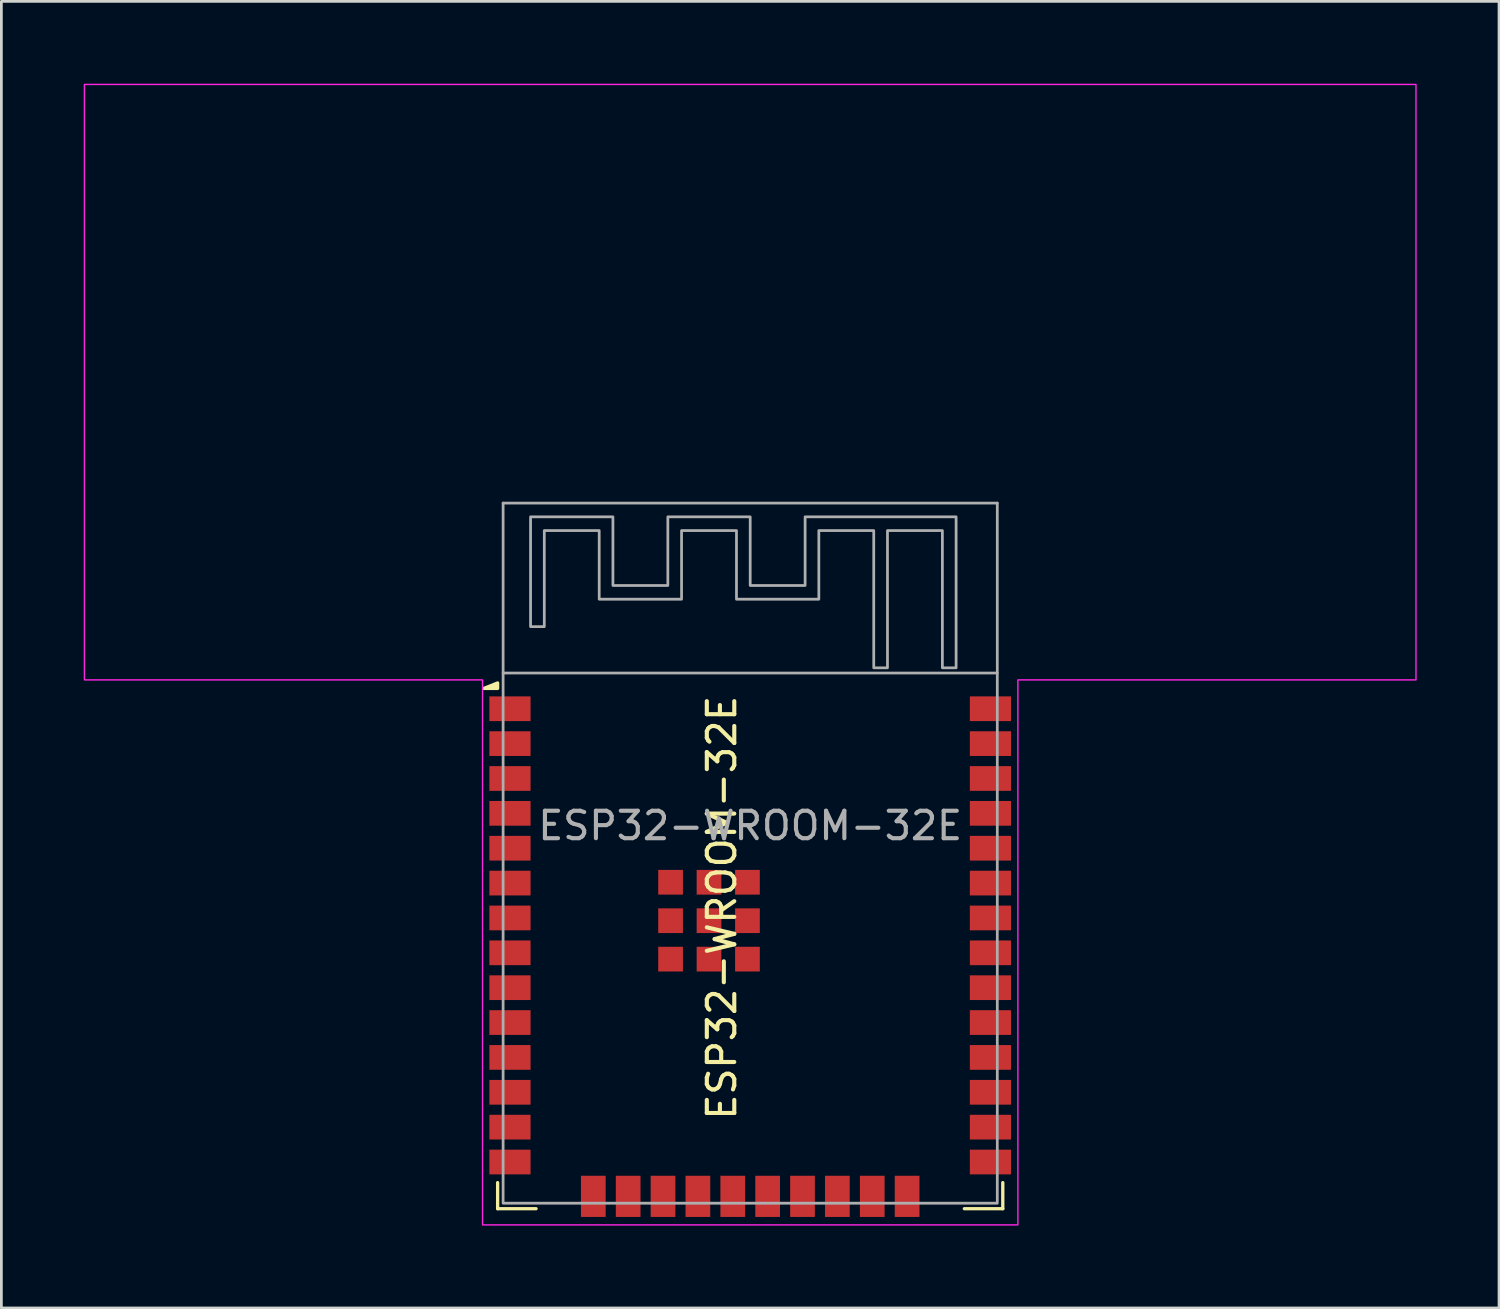
<source format=kicad_pcb>
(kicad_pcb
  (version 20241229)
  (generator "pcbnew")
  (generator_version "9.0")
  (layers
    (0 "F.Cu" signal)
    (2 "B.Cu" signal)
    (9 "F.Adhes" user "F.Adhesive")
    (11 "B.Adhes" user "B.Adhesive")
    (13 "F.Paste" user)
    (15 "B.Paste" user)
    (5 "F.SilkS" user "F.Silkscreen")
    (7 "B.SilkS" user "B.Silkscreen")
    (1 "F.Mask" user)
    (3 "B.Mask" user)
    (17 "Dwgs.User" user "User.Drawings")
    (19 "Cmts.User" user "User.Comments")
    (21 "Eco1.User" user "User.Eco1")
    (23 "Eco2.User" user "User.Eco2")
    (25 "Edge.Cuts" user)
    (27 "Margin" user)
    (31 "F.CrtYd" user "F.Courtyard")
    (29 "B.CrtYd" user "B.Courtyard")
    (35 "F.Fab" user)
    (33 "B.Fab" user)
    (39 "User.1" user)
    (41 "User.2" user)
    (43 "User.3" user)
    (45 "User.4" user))
  (footprint "ESP32-WROOM-32E"
    (layer "F.Cu")
    (at 24.275 28.025)
    (property "Reference" "ESP32-WROOM-32E" (at -1.035 9.8 90) (layer "F.SilkS") (effects (font (size 1 1) (thickness 0.15)) (justify left)))
    (attr smd)
    (fp_line (start -9.2 12.95) (end -9.2 12) (stroke (width 0.12) (type solid)) (layer "F.SilkS"))
    (fp_line (start -7.8 12.95) (end -9.2 12.95) (stroke (width 0.12) (type solid)) (layer "F.SilkS"))
    (fp_line (start 7.8 12.95) (end 9.2 12.95) (stroke (width 0.12) (type solid)) (layer "F.SilkS"))
    (fp_line (start 9.2 12.95) (end 9.2 12) (stroke (width 0.12) (type solid)) (layer "F.SilkS"))
    (fp_poly (pts (xy -9.2 -6) (xy -9.7 -6) (xy -9.2 -6.2) (xy -9.2 -6)) (stroke (width 0.12) (type solid)) (fill yes) (layer "F.SilkS"))
    (fp_poly (pts (xy -24.25 -28) (xy 24.25 -28) (xy 24.25 -6.31) (xy 9.75 -6.31) (xy 9.75 13.54) (xy -9.75 13.54) (xy -9.75 -6.31) (xy -24.25 -6.31)) (stroke (width 0.05) (type solid)) (fill no) (layer "F.CrtYd"))
    (fp_line (start -9 -12.75) (end 9 -12.75) (stroke (width 0.1) (type solid)) (layer "F.Fab"))
    (fp_line (start -9 -6.56) (end -9 -12.75) (stroke (width 0.1) (type solid)) (layer "F.Fab"))
    (fp_line (start 9 -12.75) (end 9 -6.56) (stroke (width 0.1) (type solid)) (layer "F.Fab"))
    (fp_rect (start -9 -6.56) (end 9 12.75) (stroke (width 0.1) (type solid)) (fill no) (layer "F.Fab"))
    (fp_poly (pts (xy -5 -9.75) (xy -3 -9.75) (xy -3 -12.25) (xy 0 -12.25) (xy 0 -9.75) (xy 2 -9.75) (xy 2 -12.25) (xy 7.5 -12.25) (xy 7.5 -6.75) (xy 7 -6.75) (xy 7 -11.75) (xy 5 -11.75) (xy 5 -6.75) (xy 4.5 -6.75) (xy 4.5 -11.75) (xy 2.5 -11.75) (xy 2.5 -9.25) (xy -0.5 -9.25) (xy -0.5 -11.75) (xy -2.5 -11.75) (xy -2.5 -9.25) (xy -5.5 -9.25) (xy -5.5 -11.75) (xy -7.5 -11.75) (xy -7.5 -8.25) (xy -8 -8.25) (xy -8 -12.25) (xy -5 -12.25)) (stroke (width 0.1) (type solid)) (fill no) (layer "F.Fab"))
    (fp_text user "${REFERENCE}" (at 0 -1 0) (layer "F.Fab") (effects (font (size 1 1) (thickness 0.15))))
    (pad "1" smd rect (at -8.75 -5.26) (size 1.5 0.9) (layers "F.Cu" "F.Mask" "F.Paste"))
    (pad "2" smd rect (at -8.75 -3.99) (size 1.5 0.9) (layers "F.Cu" "F.Mask" "F.Paste"))
    (pad "3" smd rect (at -8.75 -2.72) (size 1.5 0.9) (layers "F.Cu" "F.Mask" "F.Paste"))
    (pad "4" smd rect (at -8.75 -1.45) (size 1.5 0.9) (layers "F.Cu" "F.Mask" "F.Paste"))
    (pad "5" smd rect (at -8.75 -0.18) (size 1.5 0.9) (layers "F.Cu" "F.Mask" "F.Paste"))
    (pad "6" smd rect (at -8.75 1.09) (size 1.5 0.9) (layers "F.Cu" "F.Mask" "F.Paste"))
    (pad "7" smd rect (at -8.75 2.36) (size 1.5 0.9) (layers "F.Cu" "F.Mask" "F.Paste"))
    (pad "8" smd rect (at -8.75 3.63) (size 1.5 0.9) (layers "F.Cu" "F.Mask" "F.Paste"))
    (pad "9" smd rect (at -8.75 4.9) (size 1.5 0.9) (layers "F.Cu" "F.Mask" "F.Paste"))
    (pad "10" smd rect (at -8.75 6.17) (size 1.5 0.9) (layers "F.Cu" "F.Mask" "F.Paste"))
    (pad "11" smd rect (at -8.75 7.44) (size 1.5 0.9) (layers "F.Cu" "F.Mask" "F.Paste"))
    (pad "12" smd rect (at -8.75 8.71) (size 1.5 0.9) (layers "F.Cu" "F.Mask" "F.Paste"))
    (pad "13" smd rect (at -8.75 9.98) (size 1.5 0.9) (layers "F.Cu" "F.Mask" "F.Paste"))
    (pad "14" smd rect (at -8.75 11.25) (size 1.5 0.9) (layers "F.Cu" "F.Mask" "F.Paste"))
    (pad "15" smd rect (at -5.715 12.5 90) (size 1.5 0.9) (layers "F.Cu" "F.Mask" "F.Paste"))
    (pad "16" smd rect (at -4.445 12.5 90) (size 1.5 0.9) (layers "F.Cu" "F.Mask" "F.Paste"))
    (pad "17" smd rect (at -3.175 12.5 90) (size 1.5 0.9) (layers "F.Cu" "F.Mask" "F.Paste"))
    (pad "18" smd rect (at -1.905 12.5 90) (size 1.5 0.9) (layers "F.Cu" "F.Mask" "F.Paste"))
    (pad "19" smd rect (at -0.635 12.5 90) (size 1.5 0.9) (layers "F.Cu" "F.Mask" "F.Paste"))
    (pad "20" smd rect (at 0.635 12.5 90) (size 1.5 0.9) (layers "F.Cu" "F.Mask" "F.Paste"))
    (pad "21" smd rect (at 1.905 12.5 90) (size 1.5 0.9) (layers "F.Cu" "F.Mask" "F.Paste"))
    (pad "22" smd rect (at 3.175 12.5 90) (size 1.5 0.9) (layers "F.Cu" "F.Mask" "F.Paste"))
    (pad "23" smd rect (at 4.445 12.5 90) (size 1.5 0.9) (layers "F.Cu" "F.Mask" "F.Paste"))
    (pad "24" smd rect (at 5.715 12.5 90) (size 1.5 0.9) (layers "F.Cu" "F.Mask" "F.Paste"))
    (pad "25" smd rect (at 8.75 11.25) (size 1.5 0.9) (layers "F.Cu" "F.Mask" "F.Paste"))
    (pad "26" smd rect (at 8.75 9.98) (size 1.5 0.9) (layers "F.Cu" "F.Mask" "F.Paste"))
    (pad "27" smd rect (at 8.75 8.71) (size 1.5 0.9) (layers "F.Cu" "F.Mask" "F.Paste"))
    (pad "28" smd rect (at 8.75 7.44) (size 1.5 0.9) (layers "F.Cu" "F.Mask" "F.Paste"))
    (pad "29" smd rect (at 8.75 6.17) (size 1.5 0.9) (layers "F.Cu" "F.Mask" "F.Paste"))
    (pad "30" smd rect (at 8.75 4.9) (size 1.5 0.9) (layers "F.Cu" "F.Mask" "F.Paste"))
    (pad "31" smd rect (at 8.75 3.63) (size 1.5 0.9) (layers "F.Cu" "F.Mask" "F.Paste"))
    (pad "32" smd rect (at 8.75 2.36) (size 1.5 0.9) (layers "F.Cu" "F.Mask" "F.Paste"))
    (pad "33" smd rect (at 8.75 1.09) (size 1.5 0.9) (layers "F.Cu" "F.Mask" "F.Paste"))
    (pad "34" smd rect (at 8.75 -0.18) (size 1.5 0.9) (layers "F.Cu" "F.Mask" "F.Paste"))
    (pad "35" smd rect (at 8.75 -1.45) (size 1.5 0.9) (layers "F.Cu" "F.Mask" "F.Paste"))
    (pad "36" smd rect (at 8.75 -2.72) (size 1.5 0.9) (layers "F.Cu" "F.Mask" "F.Paste"))
    (pad "37" smd rect (at 8.75 -3.99) (size 1.5 0.9) (layers "F.Cu" "F.Mask" "F.Paste"))
    (pad "38" smd rect (at 8.75 -5.26) (size 1.5 0.9) (layers "F.Cu" "F.Mask" "F.Paste"))
    (pad "39" smd rect (at -2.9 1.06) (size 0.9 0.9) (layers "F.Cu" "F.Mask" "F.Paste"))
    (pad "39" smd rect (at -2.9 2.46) (size 0.9 0.9) (layers "F.Cu" "F.Mask" "F.Paste"))
    (pad "39" smd rect (at -2.9 3.86) (size 0.9 0.9) (layers "F.Cu" "F.Mask" "F.Paste"))
    (pad "39" smd rect (at -1.5 1.06) (size 0.9 0.9) (layers "F.Cu" "F.Mask" "F.Paste"))
    (pad "39" smd rect (at -1.5 2.46) (size 0.9 0.9) (layers "F.Cu" "F.Mask" "F.Paste"))
    (pad "39" smd rect (at -1.5 3.86) (size 0.9 0.9) (layers "F.Cu" "F.Mask" "F.Paste"))
    (pad "39" smd rect (at -0.1 1.06) (size 0.9 0.9) (layers "F.Cu" "F.Mask" "F.Paste"))
    (pad "39" smd rect (at -0.1 2.46) (size 0.9 0.9) (layers "F.Cu" "F.Mask" "F.Paste"))
    (pad "39" smd rect (at -0.1 3.86) (size 0.9 0.9) (layers "F.Cu" "F.Mask" "F.Paste"))
    (zone (net_name "") (layer "F.Cu") (hatch full 0.5) (connect_pads) (min_thickness 0.25) (filled_areas_thickness no) (keepout (tracks not_allowed) (vias not_allowed) (pads not_allowed) (copperpour not_allowed) (footprints not_allowed)) (placement (enabled no)) (fill) (polygon (pts (xy 0.275 0.275) (xy 48.275 0.275) (xy 48.275 21.465) (xy 0.275 21.465)))))
  (gr_rect
    (start -3 -3)
    (end 51.55 44.59)
    (stroke (width 0.1) (type default))
    (fill no)
    (layer "Edge.Cuts")))
</source>
